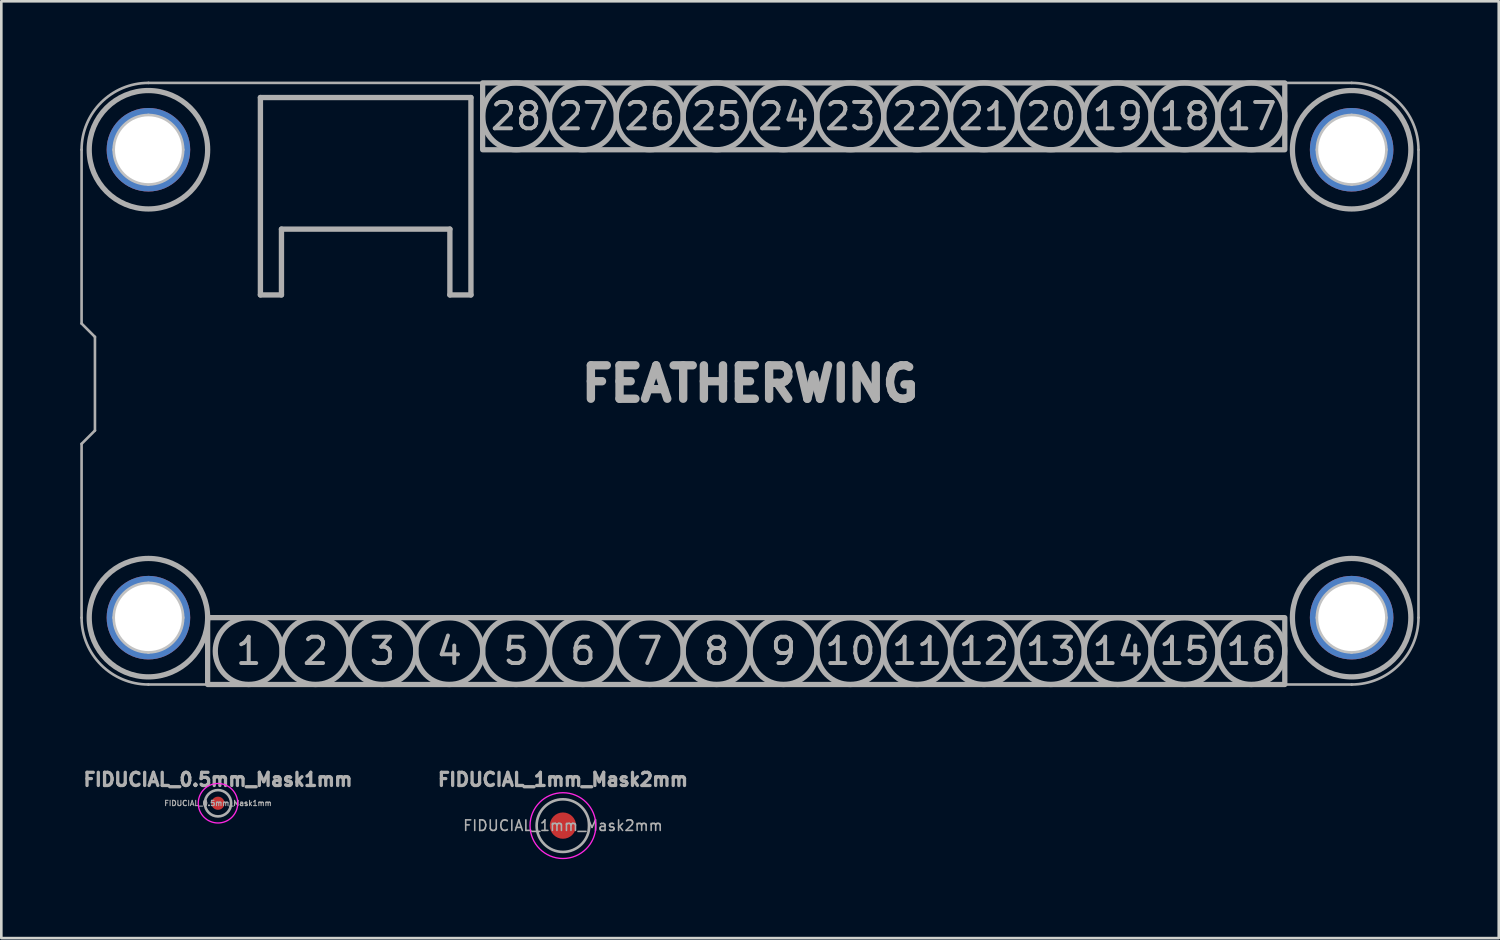
<source format=kicad_pcb>
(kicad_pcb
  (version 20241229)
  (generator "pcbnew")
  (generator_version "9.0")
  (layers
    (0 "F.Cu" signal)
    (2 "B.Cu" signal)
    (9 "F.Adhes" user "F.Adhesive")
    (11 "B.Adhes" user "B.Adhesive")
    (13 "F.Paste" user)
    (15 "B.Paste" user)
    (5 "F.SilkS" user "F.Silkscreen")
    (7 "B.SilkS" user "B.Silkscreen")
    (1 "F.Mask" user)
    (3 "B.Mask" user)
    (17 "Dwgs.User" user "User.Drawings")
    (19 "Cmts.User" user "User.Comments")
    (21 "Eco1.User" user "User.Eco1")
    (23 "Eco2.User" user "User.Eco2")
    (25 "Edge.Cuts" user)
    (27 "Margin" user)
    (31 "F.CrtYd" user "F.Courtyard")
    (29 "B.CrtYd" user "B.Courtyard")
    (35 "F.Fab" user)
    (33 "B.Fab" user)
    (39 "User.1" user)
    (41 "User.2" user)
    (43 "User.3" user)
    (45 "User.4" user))
  (footprint "FIDUCIAL_0.5mm_Mask1mm"
    (layer "F.Cu")
    (at 5.233 27.472)
    (property "Reference" "FIDUCIAL_0.5mm_Mask1mm" (at 0 -0.9 0) (layer "F.Fab") (effects (font (size 0.5 0.5) (thickness 0.125))))
    (attr smd exclude_from_pos_files exclude_from_bom)
    (fp_circle (center 0 0) (end 0.75 0) (stroke (width 0.05) (type solid)) (fill no) (layer "F.CrtYd"))
    (fp_circle (center 0 0) (end 0.5 0) (stroke (width 0.1) (type solid)) (fill no) (layer "F.Fab"))
    (fp_text user "${REFERENCE}" (at 0 0 0) (layer "F.Fab") (effects (font (size 0.2 0.2) (thickness 0.04))))
    (pad "" smd circle (at 0 0) (size 0.5 0.5) (layers "F.Cu" "F.Mask")))
  (footprint "FIDUCIAL_1mm_Mask2mm"
    (layer "F.Cu")
    (at 18.341 28.322)
    (property "Reference" "FIDUCIAL_1mm_Mask2mm" (at 0 -1.75 0) (layer "F.Fab") (effects (font (size 0.5 0.5) (thickness 0.125))))
    (property "Value" "${VALUE}" (at 0 1.75 0) (layer "F.Fab") (hide yes) (effects (font (size 0.5 0.5) (thickness 0.125))))
    (attr smd exclude_from_pos_files exclude_from_bom)
    (fp_circle (center 0 0) (end 1.25 0) (stroke (width 0.05) (type solid)) (fill no) (layer "F.CrtYd"))
    (fp_circle (center 0 0) (end 1 0) (stroke (width 0.1) (type solid)) (fill no) (layer "F.Fab"))
    (fp_text user "${REFERENCE}" (at 0 0 0) (layer "F.Fab") (effects (font (size 0.4 0.4) (thickness 0.06))))
    (pad "" smd circle (at 0 0) (size 1 1) (layers "F.Cu" "F.Mask")))
  (footprint "FEATHERWING"
    (layer "F.Cu")
    (at 25.45 11.53)
    (property "Reference" "FEATHERWING" (at 0 0 0) (layer "F.Fab") (effects (font (size 1.27 1.27) (thickness 0.318))))
    (attr exclude_from_pos_files exclude_from_bom)
    (fp_line (start -24.13 -8.89) (end -21.59 -8.89) (stroke (width 0.2) (type solid)) (layer "Dwgs.User"))
    (fp_line (start -24.13 8.89) (end -21.59 8.89) (stroke (width 0.2) (type solid)) (layer "Dwgs.User"))
    (fp_line (start -22.86 -10.16) (end -22.86 -7.62) (stroke (width 0.2) (type solid)) (layer "Dwgs.User"))
    (fp_line (start -22.86 7.62) (end -22.86 10.16) (stroke (width 0.2) (type solid)) (layer "Dwgs.User"))
    (fp_line (start 21.59 -8.89) (end 24.13 -8.89) (stroke (width 0.2) (type solid)) (layer "Dwgs.User"))
    (fp_line (start 21.59 8.89) (end 24.13 8.89) (stroke (width 0.2) (type solid)) (layer "Dwgs.User"))
    (fp_line (start 22.86 -10.16) (end 22.86 -7.62) (stroke (width 0.2) (type solid)) (layer "Dwgs.User"))
    (fp_line (start 22.86 7.62) (end 22.86 10.16) (stroke (width 0.2) (type solid)) (layer "Dwgs.User"))
    (fp_circle (center -22.86 -8.89) (end -21.59 -8.89) (stroke (width 0.2) (type solid)) (fill no) (layer "Dwgs.User"))
    (fp_circle (center -22.86 8.89) (end -21.59 8.89) (stroke (width 0.2) (type solid)) (fill no) (layer "Dwgs.User"))
    (fp_circle (center 22.86 -8.89) (end 24.13 -8.89) (stroke (width 0.2) (type solid)) (fill no) (layer "Dwgs.User"))
    (fp_circle (center 22.86 8.89) (end 24.13 8.89) (stroke (width 0.2) (type solid)) (fill no) (layer "Dwgs.User"))
    (fp_line (start -25.4 -8.89) (end -25.4 -2.286) (stroke (width 0.1) (type solid)) (layer "F.Fab"))
    (fp_line (start -25.4 -2.286) (end -24.892 -1.778) (stroke (width 0.1) (type solid)) (layer "F.Fab"))
    (fp_line (start -25.4 2.286) (end -25.4 8.89) (stroke (width 0.1) (type solid)) (layer "F.Fab"))
    (fp_line (start -24.892 -1.778) (end -24.892 1.778) (stroke (width 0.1) (type solid)) (layer "F.Fab"))
    (fp_line (start -24.892 1.778) (end -25.4 2.286) (stroke (width 0.1) (type solid)) (layer "F.Fab"))
    (fp_line (start -22.86 11.43) (end 22.86 11.43) (stroke (width 0.1) (type solid)) (layer "F.Fab"))
    (fp_line (start -18.605 -10.874) (end -10.605 -10.874) (stroke (width 0.203) (type solid)) (layer "F.Fab"))
    (fp_line (start -18.605 -3.374) (end -18.605 -10.874) (stroke (width 0.203) (type solid)) (layer "F.Fab"))
    (fp_line (start -17.805 -5.874) (end -17.805 -3.374) (stroke (width 0.203) (type solid)) (layer "F.Fab"))
    (fp_line (start -17.805 -3.374) (end -18.605 -3.374) (stroke (width 0.203) (type solid)) (layer "F.Fab"))
    (fp_line (start -11.405 -5.874) (end -17.805 -5.874) (stroke (width 0.203) (type solid)) (layer "F.Fab"))
    (fp_line (start -11.405 -3.374) (end -11.405 -5.874) (stroke (width 0.203) (type solid)) (layer "F.Fab"))
    (fp_line (start -10.605 -10.874) (end -10.605 -3.374) (stroke (width 0.203) (type solid)) (layer "F.Fab"))
    (fp_line (start -10.605 -3.374) (end -11.405 -3.374) (stroke (width 0.203) (type solid)) (layer "F.Fab"))
    (fp_line (start 22.86 -11.43) (end -22.86 -11.43) (stroke (width 0.1) (type solid)) (layer "F.Fab"))
    (fp_line (start 25.4 8.89) (end 25.4 -8.89) (stroke (width 0.1) (type solid)) (layer "F.Fab"))
    (fp_rect (start -20.61 8.89) (end 20.32 11.43) (stroke (width 0.2) (type solid)) (fill no) (layer "F.Fab"))
    (fp_rect (start -10.16 -8.89) (end 20.32 -11.43) (stroke (width 0.2) (type solid)) (fill no) (layer "F.Fab"))
    (fp_arc (start -25.4 -8.89) (mid -24.656051 -10.686051) (end -22.86 -11.43) (stroke (width 0.1) (type solid)) (layer "F.Fab"))
    (fp_arc (start -22.86 11.43) (mid -24.656051 10.686051) (end -25.4 8.89) (stroke (width 0.1) (type solid)) (layer "F.Fab"))
    (fp_arc (start 22.86 -11.43) (mid 24.656051 -10.686051) (end 25.4 -8.89) (stroke (width 0.1) (type solid)) (layer "F.Fab"))
    (fp_arc (start 25.4 8.89) (mid 24.656051 10.686051) (end 22.86 11.43) (stroke (width 0.1) (type solid)) (layer "F.Fab"))
    (fp_circle (center -22.86 -8.89) (end -20.61 -8.89) (stroke (width 0.2) (type solid)) (fill no) (layer "F.Fab"))
    (fp_circle (center -22.86 8.89) (end -20.61 8.89) (stroke (width 0.2) (type solid)) (fill no) (layer "F.Fab"))
    (fp_circle (center -19.05 10.16) (end -17.78 10.16) (stroke (width 0.2) (type solid)) (fill no) (layer "F.Fab"))
    (fp_circle (center -16.51 10.16) (end -15.24 10.16) (stroke (width 0.2) (type solid)) (fill no) (layer "F.Fab"))
    (fp_circle (center -13.97 10.16) (end -12.7 10.16) (stroke (width 0.2) (type solid)) (fill no) (layer "F.Fab"))
    (fp_circle (center -11.43 10.16) (end -10.16 10.16) (stroke (width 0.2) (type solid)) (fill no) (layer "F.Fab"))
    (fp_circle (center -8.89 -10.16) (end -7.62 -10.16) (stroke (width 0.2) (type solid)) (fill no) (layer "F.Fab"))
    (fp_circle (center -8.89 10.16) (end -7.62 10.16) (stroke (width 0.2) (type solid)) (fill no) (layer "F.Fab"))
    (fp_circle (center -6.35 -10.16) (end -5.08 -10.16) (stroke (width 0.2) (type solid)) (fill no) (layer "F.Fab"))
    (fp_circle (center -6.35 10.16) (end -5.08 10.16) (stroke (width 0.2) (type solid)) (fill no) (layer "F.Fab"))
    (fp_circle (center -3.81 -10.16) (end -2.54 -10.16) (stroke (width 0.2) (type solid)) (fill no) (layer "F.Fab"))
    (fp_circle (center -3.81 10.16) (end -2.54 10.16) (stroke (width 0.2) (type solid)) (fill no) (layer "F.Fab"))
    (fp_circle (center -1.27 -10.16) (end 0 -10.16) (stroke (width 0.2) (type solid)) (fill no) (layer "F.Fab"))
    (fp_circle (center -1.27 10.16) (end 0 10.16) (stroke (width 0.2) (type solid)) (fill no) (layer "F.Fab"))
    (fp_circle (center 1.27 -10.16) (end 2.54 -10.16) (stroke (width 0.2) (type solid)) (fill no) (layer "F.Fab"))
    (fp_circle (center 1.27 10.16) (end 2.54 10.16) (stroke (width 0.2) (type solid)) (fill no) (layer "F.Fab"))
    (fp_circle (center 3.81 -10.16) (end 5.08 -10.16) (stroke (width 0.2) (type solid)) (fill no) (layer "F.Fab"))
    (fp_circle (center 3.81 10.16) (end 5.08 10.16) (stroke (width 0.2) (type solid)) (fill no) (layer "F.Fab"))
    (fp_circle (center 6.35 -10.16) (end 7.62 -10.16) (stroke (width 0.2) (type solid)) (fill no) (layer "F.Fab"))
    (fp_circle (center 6.35 10.16) (end 7.62 10.16) (stroke (width 0.2) (type solid)) (fill no) (layer "F.Fab"))
    (fp_circle (center 8.89 -10.16) (end 10.16 -10.16) (stroke (width 0.2) (type solid)) (fill no) (layer "F.Fab"))
    (fp_circle (center 8.89 10.16) (end 10.16 10.16) (stroke (width 0.2) (type solid)) (fill no) (layer "F.Fab"))
    (fp_circle (center 11.43 -10.16) (end 12.7 -10.16) (stroke (width 0.2) (type solid)) (fill no) (layer "F.Fab"))
    (fp_circle (center 11.43 10.16) (end 12.7 10.16) (stroke (width 0.2) (type solid)) (fill no) (layer "F.Fab"))
    (fp_circle (center 13.97 -10.16) (end 15.24 -10.16) (stroke (width 0.2) (type solid)) (fill no) (layer "F.Fab"))
    (fp_circle (center 13.97 10.16) (end 15.24 10.16) (stroke (width 0.2) (type solid)) (fill no) (layer "F.Fab"))
    (fp_circle (center 16.51 -10.16) (end 17.78 -10.16) (stroke (width 0.2) (type solid)) (fill no) (layer "F.Fab"))
    (fp_circle (center 16.51 10.16) (end 17.78 10.16) (stroke (width 0.2) (type solid)) (fill no) (layer "F.Fab"))
    (fp_circle (center 19.05 -10.16) (end 20.32 -10.16) (stroke (width 0.2) (type solid)) (fill no) (layer "F.Fab"))
    (fp_circle (center 19.05 10.16) (end 20.32 10.16) (stroke (width 0.2) (type solid)) (fill no) (layer "F.Fab"))
    (fp_circle (center 22.86 -8.89) (end 25.11 -8.89) (stroke (width 0.2) (type solid)) (fill no) (layer "F.Fab"))
    (fp_circle (center 22.86 8.89) (end 25.11 8.89) (stroke (width 0.2) (type solid)) (fill no) (layer "F.Fab"))
    (fp_text user "3" (at -13.97 10.16 0) (unlocked yes) (layer "F.Fab") (effects (font (size 1 1) (thickness 0.15))))
    (fp_text user "1" (at -19.05 10.16 0) (unlocked yes) (layer "F.Fab") (effects (font (size 1 1) (thickness 0.15))))
    (fp_text user "26" (at -3.81 -10.16 0) (unlocked yes) (layer "F.Fab") (effects (font (size 1 1) (thickness 0.15))))
    (fp_text user "4" (at -11.43 10.16 0) (unlocked yes) (layer "F.Fab") (effects (font (size 1 1) (thickness 0.15))))
    (fp_text user "28" (at -8.89 -10.16 0) (unlocked yes) (layer "F.Fab") (effects (font (size 1 1) (thickness 0.15))))
    (fp_text user "10" (at 3.81 10.16 0) (unlocked yes) (layer "F.Fab") (effects (font (size 1 1) (thickness 0.15))))
    (fp_text user "16" (at 19.05 10.16 0) (unlocked yes) (layer "F.Fab") (effects (font (size 1 1) (thickness 0.15))))
    (fp_text user "7" (at -3.81 10.16 0) (unlocked yes) (layer "F.Fab") (effects (font (size 1 1) (thickness 0.15))))
    (fp_text user "19" (at 13.97 -10.16 0) (unlocked yes) (layer "F.Fab") (effects (font (size 1 1) (thickness 0.15))))
    (fp_text user "23" (at 3.81 -10.16 0) (unlocked yes) (layer "F.Fab") (effects (font (size 1 1) (thickness 0.15))))
    (fp_text user "9" (at 1.27 10.16 0) (unlocked yes) (layer "F.Fab") (effects (font (size 1 1) (thickness 0.15))))
    (fp_text user "21" (at 8.89 -10.16 0) (unlocked yes) (layer "F.Fab") (effects (font (size 1 1) (thickness 0.15))))
    (fp_text user "18" (at 16.51 -10.16 0) (unlocked yes) (layer "F.Fab") (effects (font (size 1 1) (thickness 0.15))))
    (fp_text user "2" (at -16.51 10.16 0) (unlocked yes) (layer "F.Fab") (effects (font (size 1 1) (thickness 0.15))))
    (fp_text user "13" (at 11.43 10.16 0) (unlocked yes) (layer "F.Fab") (effects (font (size 1 1) (thickness 0.15))))
    (fp_text user "25" (at -1.27 -10.16 0) (unlocked yes) (layer "F.Fab") (effects (font (size 1 1) (thickness 0.15))))
    (fp_text user "20" (at 11.43 -10.16 0) (unlocked yes) (layer "F.Fab") (effects (font (size 1 1) (thickness 0.15))))
    (fp_text user "27" (at -6.35 -10.16 0) (unlocked yes) (layer "F.Fab") (effects (font (size 1 1) (thickness 0.15))))
    (fp_text user "24" (at 1.27 -10.16 0) (unlocked yes) (layer "F.Fab") (effects (font (size 1 1) (thickness 0.15))))
    (fp_text user "12" (at 8.89 10.16 0) (unlocked yes) (layer "F.Fab") (effects (font (size 1 1) (thickness 0.15))))
    (fp_text user "6" (at -6.35 10.16 0) (unlocked yes) (layer "F.Fab") (effects (font (size 1 1) (thickness 0.15))))
    (fp_text user "17" (at 19.05 -10.16 0) (unlocked yes) (layer "F.Fab") (effects (font (size 1 1) (thickness 0.15))))
    (fp_text user "14" (at 13.97 10.16 0) (unlocked yes) (layer "F.Fab") (effects (font (size 1 1) (thickness 0.15))))
    (fp_text user "11" (at 6.35 10.16 0) (unlocked yes) (layer "F.Fab") (effects (font (size 1 1) (thickness 0.15))))
    (fp_text user "22" (at 6.35 -10.16 0) (unlocked yes) (layer "F.Fab") (effects (font (size 1 1) (thickness 0.15))))
    (fp_text user "5" (at -8.89 10.16 0) (unlocked yes) (layer "F.Fab") (effects (font (size 1 1) (thickness 0.15))))
    (fp_text user "15" (at 16.51 10.16 0) (unlocked yes) (layer "F.Fab") (effects (font (size 1 1) (thickness 0.15))))
    (fp_text user "8" (at -1.27 10.16 0) (unlocked yes) (layer "F.Fab") (effects (font (size 1 1) (thickness 0.15))))
    (pad "" thru_hole circle (at -22.86 -8.89) (size 3.175 3.175) (drill 2.54) (layers "*.Cu" "*.Mask"))
    (pad "" thru_hole circle (at -22.86 8.89) (size 3.175 3.175) (drill 2.54) (layers "*.Cu" "*.Mask"))
    (pad "" thru_hole circle (at 22.86 -8.89) (size 3.175 3.175) (drill 2.54) (layers "*.Cu" "*.Mask"))
    (pad "" thru_hole circle (at 22.86 8.89) (size 3.175 3.175) (drill 2.54) (layers "*.Cu" "*.Mask")))
  (gr_rect
    (start -3 -3)
    (end 53.9 32.597)
    (stroke (width 0.1) (type default))
    (fill no)
    (layer "Edge.Cuts")))
</source>
